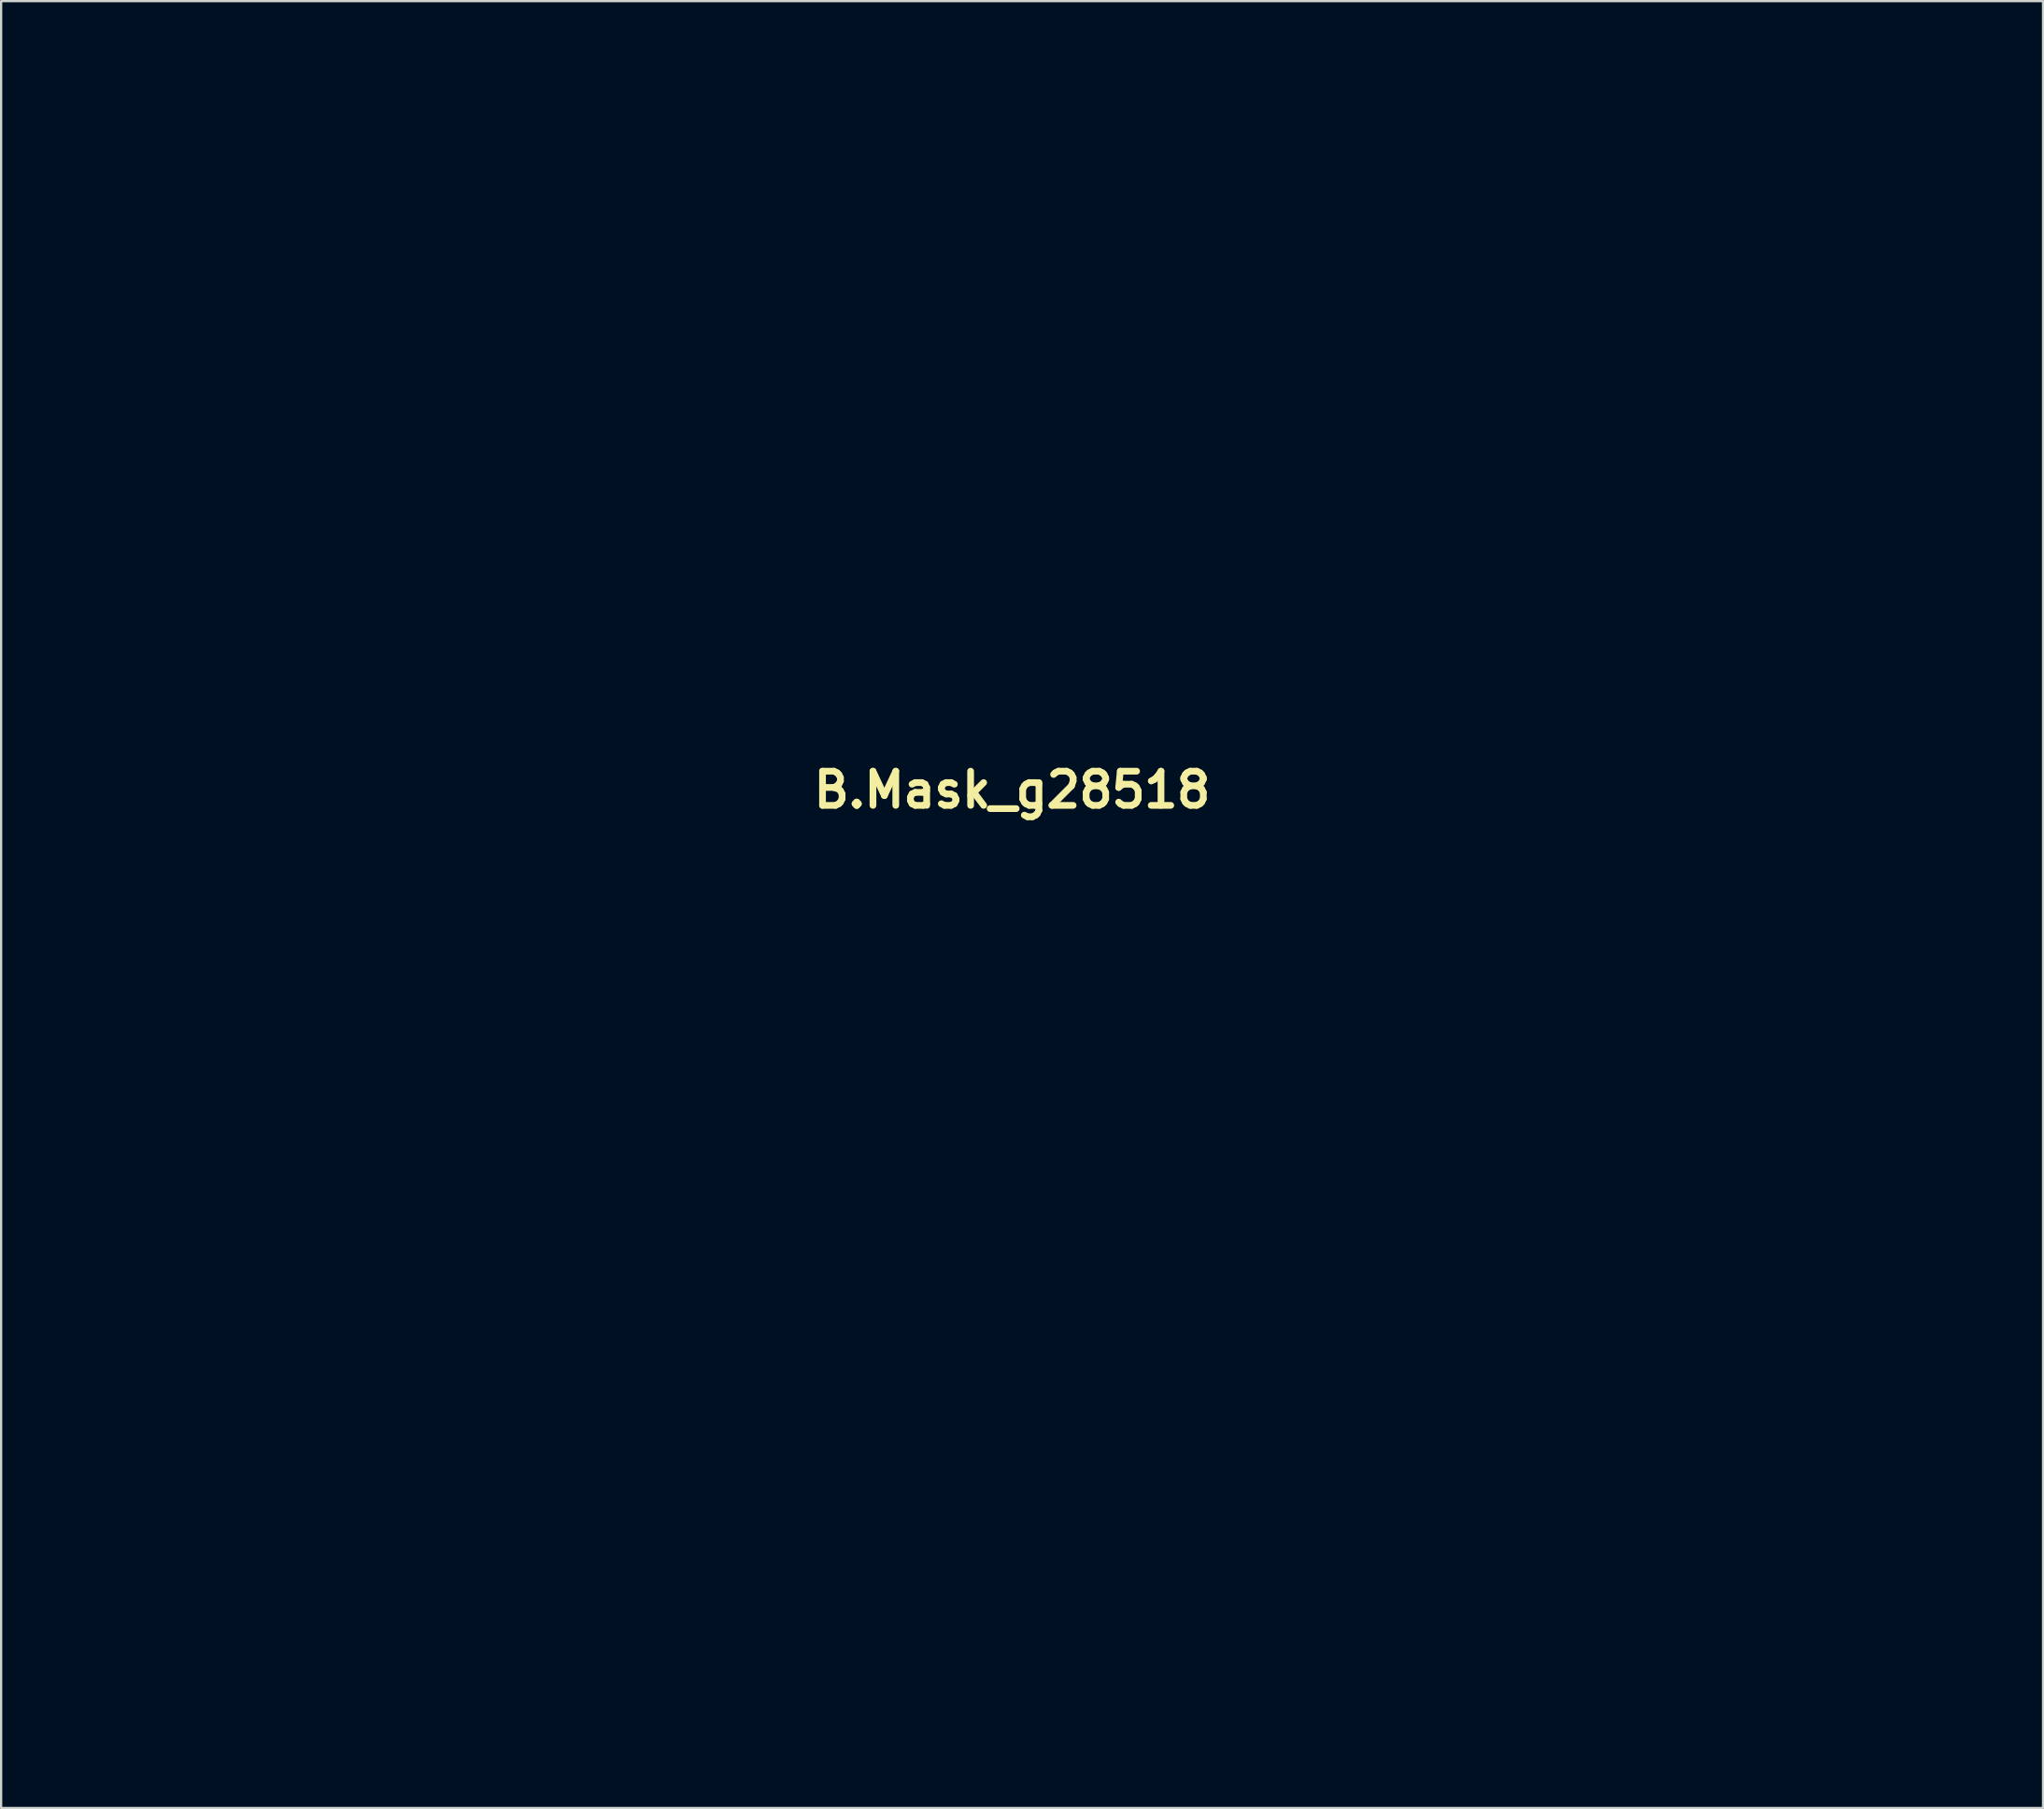
<source format=kicad_pcb>
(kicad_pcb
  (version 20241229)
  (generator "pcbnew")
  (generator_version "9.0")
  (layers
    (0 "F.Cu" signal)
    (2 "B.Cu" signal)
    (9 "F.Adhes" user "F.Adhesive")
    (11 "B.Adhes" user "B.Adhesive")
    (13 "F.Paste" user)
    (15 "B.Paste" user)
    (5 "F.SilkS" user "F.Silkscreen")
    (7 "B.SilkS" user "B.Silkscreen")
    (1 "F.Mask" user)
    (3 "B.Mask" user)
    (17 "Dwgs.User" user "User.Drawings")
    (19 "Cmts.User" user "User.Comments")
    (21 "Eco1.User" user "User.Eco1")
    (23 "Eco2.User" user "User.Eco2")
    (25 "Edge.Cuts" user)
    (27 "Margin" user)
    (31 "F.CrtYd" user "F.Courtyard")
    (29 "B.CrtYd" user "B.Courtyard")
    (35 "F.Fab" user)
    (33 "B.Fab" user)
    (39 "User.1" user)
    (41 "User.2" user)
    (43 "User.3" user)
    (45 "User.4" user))
  (footprint "B.Mask_g28518"
    (layer "F.Cu")
    (at 42.089 32.171)
    (property "Reference" "B.Mask_g28518" (at 0 0 0) (layer "F.SilkS") (effects (font (size 1.524 1.524) (thickness 0.3))))
    (attr through_hole)
    (fp_poly (pts (xy 39.532 12.992) (xy 39.834 13.061) (xy 40.126 13.168) (xy 40.411 13.311) (xy 40.619 13.443) (xy 40.893 13.651) (xy 41.135 13.878) (xy 41.347 14.126) (xy 41.529 14.398) (xy 41.683 14.696) (xy 41.81 15.022) (xy 41.912 15.377) (xy 41.989 15.766) (xy 42.02 15.981) (xy 42.03 16.091) (xy 42.038 16.235) (xy 42.043 16.405) (xy 42.046 16.591) (xy 42.046 16.785) (xy 42.044 16.979) (xy 42.04 17.165) (xy 42.033 17.333) (xy 42.024 17.476) (xy 42.02 17.526) (xy 41.945 18.126) (xy 41.839 18.753) (xy 41.703 19.405) (xy 41.538 20.082) (xy 41.392 20.613) (xy 41.265 21.023) (xy 41.121 21.425) (xy 40.958 21.825) (xy 40.775 22.227) (xy 40.568 22.636) (xy 40.335 23.056) (xy 40.075 23.492) (xy 39.785 23.947) (xy 39.671 24.119) (xy 39.519 24.345) (xy 39.373 24.558) (xy 39.231 24.759) (xy 39.088 24.955) (xy 38.944 25.147) (xy 38.794 25.34) (xy 38.635 25.538) (xy 38.465 25.743) (xy 38.281 25.96) (xy 38.08 26.193) (xy 37.859 26.444) (xy 37.615 26.717) (xy 37.345 27.016) (xy 37.285 27.083) (xy 37.031 27.362) (xy 36.775 27.642) (xy 36.517 27.922) (xy 36.259 28.201) (xy 36.005 28.475) (xy 35.754 28.743) (xy 35.509 29.004) (xy 35.272 29.255) (xy 35.044 29.494) (xy 34.828 29.72) (xy 34.625 29.931) (xy 34.436 30.124) (xy 34.265 30.299) (xy 34.112 30.453) (xy 33.979 30.584) (xy 33.868 30.69) (xy 33.781 30.77) (xy 33.72 30.822) (xy 33.697 30.838) (xy 33.634 30.87) (xy 33.581 30.878) (xy 33.514 30.865) (xy 33.51 30.864) (xy 33.475 30.849) (xy 33.435 30.819) (xy 33.385 30.771) (xy 33.323 30.703) (xy 33.246 30.611) (xy 33.152 30.493) (xy 33.039 30.345) (xy 32.957 30.237) (xy 32.689 29.875) (xy 32.433 29.52) (xy 32.191 29.174) (xy 31.964 28.84) (xy 31.755 28.522) (xy 31.565 28.223) (xy 31.397 27.945) (xy 31.253 27.692) (xy 31.134 27.467) (xy 31.107 27.411) (xy 31.005 27.188) (xy 30.918 26.968) (xy 30.843 26.746) (xy 30.78 26.518) (xy 30.729 26.279) (xy 30.69 26.026) (xy 30.661 25.754) (xy 30.642 25.459) (xy 30.633 25.137) (xy 30.632 24.784) (xy 30.64 24.396) (xy 30.647 24.172) (xy 30.661 23.815) (xy 30.677 23.496) (xy 30.694 23.21) (xy 30.713 22.954) (xy 30.736 22.723) (xy 30.762 22.513) (xy 30.791 22.32) (xy 30.825 22.139) (xy 30.863 21.966) (xy 30.907 21.797) (xy 30.926 21.728) (xy 31.143 21.039) (xy 31.391 20.361) (xy 31.668 19.698) (xy 31.973 19.052) (xy 32.305 18.424) (xy 32.662 17.817) (xy 33.042 17.234) (xy 33.444 16.677) (xy 33.867 16.147) (xy 34.308 15.648) (xy 34.766 15.182) (xy 35.241 14.75) (xy 35.729 14.356) (xy 35.941 14.2) (xy 36.234 13.999) (xy 36.525 13.819) (xy 36.829 13.648) (xy 37.042 13.539) (xy 37.447 13.35) (xy 37.834 13.197) (xy 38.204 13.082) (xy 38.557 13.004) (xy 38.895 12.963) (xy 39.22 12.959) (xy 39.532 12.992)) (stroke (width 0.01) (type solid)) (fill yes) (layer "B.Mask"))
    (fp_poly (pts (xy 39.254 -4.793) (xy 39.444 -4.79) (xy 39.603 -4.78) (xy 39.743 -4.762) (xy 39.874 -4.734) (xy 40.009 -4.693) (xy 40.158 -4.638) (xy 40.165 -4.635) (xy 40.442 -4.504) (xy 40.708 -4.334) (xy 40.958 -4.129) (xy 41.19 -3.891) (xy 41.399 -3.624) (xy 41.546 -3.397) (xy 41.641 -3.215) (xy 41.738 -2.994) (xy 41.835 -2.737) (xy 41.932 -2.446) (xy 42.028 -2.126) (xy 42.122 -1.777) (xy 42.215 -1.405) (xy 42.304 -1.011) (xy 42.391 -0.599) (xy 42.473 -0.172) (xy 42.55 0.267) (xy 42.622 0.716) (xy 42.689 1.17) (xy 42.748 1.628) (xy 42.801 2.087) (xy 42.846 2.542) (xy 42.882 2.991) (xy 42.883 3.006) (xy 42.893 3.144) (xy 42.902 3.303) (xy 42.912 3.476) (xy 42.922 3.66) (xy 42.932 3.848) (xy 42.941 4.037) (xy 42.95 4.222) (xy 42.957 4.398) (xy 42.964 4.561) (xy 42.969 4.704) (xy 42.973 4.825) (xy 42.975 4.917) (xy 42.975 4.976) (xy 42.973 4.997) (xy 42.95 5.016) (xy 42.896 5.059) (xy 42.815 5.123) (xy 42.708 5.207) (xy 42.579 5.309) (xy 42.43 5.426) (xy 42.265 5.556) (xy 42.085 5.698) (xy 41.894 5.848) (xy 41.694 6.005) (xy 41.488 6.167) (xy 41.279 6.331) (xy 41.07 6.495) (xy 40.862 6.658) (xy 40.66 6.817) (xy 40.465 6.969) (xy 40.281 7.114) (xy 40.11 7.247) (xy 39.955 7.369) (xy 39.818 7.476) (xy 39.703 7.565) (xy 39.612 7.636) (xy 39.603 7.644) (xy 39.12 8.017) (xy 38.669 8.364) (xy 38.248 8.685) (xy 37.856 8.98) (xy 37.492 9.251) (xy 37.155 9.498) (xy 36.843 9.723) (xy 36.557 9.925) (xy 36.294 10.105) (xy 36.054 10.265) (xy 35.835 10.405) (xy 35.638 10.526) (xy 35.459 10.628) (xy 35.299 10.712) (xy 35.215 10.753) (xy 35.081 10.809) (xy 34.914 10.867) (xy 34.725 10.925) (xy 34.522 10.98) (xy 34.316 11.029) (xy 34.117 11.071) (xy 33.933 11.103) (xy 33.867 11.112) (xy 33.744 11.122) (xy 33.597 11.129) (xy 33.436 11.131) (xy 33.273 11.129) (xy 33.121 11.122) (xy 32.99 11.112) (xy 32.914 11.102) (xy 32.596 11.03) (xy 32.303 10.925) (xy 32.03 10.785) (xy 31.773 10.607) (xy 31.551 10.415) (xy 31.302 10.146) (xy 31.081 9.846) (xy 30.89 9.516) (xy 30.727 9.156) (xy 30.594 8.767) (xy 30.49 8.348) (xy 30.424 7.959) (xy 30.399 7.704) (xy 30.388 7.413) (xy 30.39 7.092) (xy 30.406 6.745) (xy 30.435 6.377) (xy 30.476 5.992) (xy 30.528 5.594) (xy 30.592 5.189) (xy 30.667 4.781) (xy 30.752 4.374) (xy 30.82 4.085) (xy 31.003 3.399) (xy 31.21 2.746) (xy 31.444 2.122) (xy 31.705 1.526) (xy 31.994 0.954) (xy 32.314 0.404) (xy 32.666 -0.128) (xy 33.052 -0.643) (xy 33.473 -1.146) (xy 33.894 -1.602) (xy 34.284 -1.99) (xy 34.685 -2.362) (xy 35.093 -2.716) (xy 35.507 -3.05) (xy 35.923 -3.361) (xy 36.338 -3.649) (xy 36.749 -3.91) (xy 37.153 -4.142) (xy 37.547 -4.344) (xy 37.928 -4.514) (xy 38.294 -4.649) (xy 38.417 -4.688) (xy 38.555 -4.726) (xy 38.677 -4.755) (xy 38.797 -4.774) (xy 38.925 -4.786) (xy 39.072 -4.792) (xy 39.25 -4.793) (xy 39.254 -4.793)) (stroke (width 0.01) (type solid)) (fill yes) (layer "B.Mask"))
    (fp_poly (pts (xy -23.263 -32.139) (xy -23.25 -32.122) (xy -23.235 -32.092) (xy -23.226 -32.056) (xy -23.222 -32.003) (xy -23.223 -31.926) (xy -23.229 -31.818) (xy -23.243 -31.597) (xy -23.263 -31.339) (xy -23.288 -31.048) (xy -23.317 -30.73) (xy -23.35 -30.39) (xy -23.386 -30.032) (xy -23.424 -29.662) (xy -23.465 -29.283) (xy -23.507 -28.902) (xy -23.55 -28.522) (xy -23.594 -28.149) (xy -23.638 -27.788) (xy -23.681 -27.443) (xy -23.724 -27.119) (xy -23.764 -26.822) (xy -23.783 -26.691) (xy -23.876 -26.115) (xy -23.987 -25.56) (xy -24.116 -25.021) (xy -24.266 -24.494) (xy -24.438 -23.976) (xy -24.633 -23.462) (xy -24.854 -22.948) (xy -25.102 -22.43) (xy -25.379 -21.904) (xy -25.686 -21.366) (xy -26.025 -20.812) (xy -26.345 -20.317) (xy -26.562 -19.996) (xy -26.78 -19.691) (xy -26.996 -19.404) (xy -27.209 -19.136) (xy -27.415 -18.891) (xy -27.614 -18.671) (xy -27.804 -18.477) (xy -27.982 -18.312) (xy -28.146 -18.178) (xy -28.295 -18.077) (xy -28.427 -18.011) (xy -28.43 -18.01) (xy -28.506 -17.986) (xy -28.578 -17.977) (xy -28.669 -17.981) (xy -28.683 -17.983) (xy -28.764 -17.989) (xy -28.82 -17.986) (xy -28.867 -17.971) (xy -28.921 -17.942) (xy -28.981 -17.9) (xy -29.05 -17.836) (xy -29.133 -17.748) (xy -29.233 -17.631) (xy -29.351 -17.483) (xy -29.368 -17.462) (xy -29.423 -17.392) (xy -29.469 -17.333) (xy -29.499 -17.296) (xy -29.507 -17.287) (xy -29.529 -17.29) (xy -29.584 -17.309) (xy -29.665 -17.343) (xy -29.766 -17.387) (xy -29.881 -17.44) (xy -29.904 -17.45) (xy -30.027 -17.508) (xy -30.145 -17.561) (xy -30.247 -17.605) (xy -30.327 -17.638) (xy -30.378 -17.656) (xy -30.38 -17.656) (xy -30.443 -17.67) (xy -30.488 -17.666) (xy -30.536 -17.643) (xy -30.551 -17.634) (xy -30.645 -17.561) (xy -30.751 -17.45) (xy -30.868 -17.305) (xy -30.993 -17.128) (xy -31.125 -16.921) (xy -31.261 -16.688) (xy -31.295 -16.626) (xy -31.411 -16.421) (xy -31.514 -16.252) (xy -31.609 -16.114) (xy -31.699 -16.004) (xy -31.789 -15.919) (xy -31.883 -15.856) (xy -31.984 -15.809) (xy -32.098 -15.777) (xy -32.227 -15.755) (xy -32.286 -15.748) (xy -32.434 -15.737) (xy -32.609 -15.732) (xy -32.797 -15.731) (xy -32.982 -15.736) (xy -33.15 -15.747) (xy -33.189 -15.75) (xy -33.385 -15.781) (xy -33.552 -15.834) (xy -33.697 -15.915) (xy -33.831 -16.028) (xy -33.936 -16.145) (xy -34.14 -16.426) (xy -34.316 -16.738) (xy -34.467 -17.081) (xy -34.591 -17.455) (xy -34.689 -17.861) (xy -34.761 -18.3) (xy -34.796 -18.627) (xy -34.803 -18.715) (xy -34.81 -18.838) (xy -34.819 -18.984) (xy -34.828 -19.147) (xy -34.836 -19.317) (xy -34.843 -19.454) (xy -34.869 -20.039) (xy -34.502 -20.597) (xy -34.31 -20.889) (xy -34.135 -21.151) (xy -33.973 -21.391) (xy -33.818 -21.616) (xy -33.665 -21.833) (xy -33.511 -22.049) (xy -33.349 -22.27) (xy -33.176 -22.504) (xy -33.076 -22.638) (xy -32.645 -23.202) (xy -32.193 -23.774) (xy -31.725 -24.35) (xy -31.244 -24.925) (xy -30.752 -25.497) (xy -30.255 -26.061) (xy -29.754 -26.613) (xy -29.253 -27.149) (xy -28.757 -27.666) (xy -28.268 -28.16) (xy -27.79 -28.627) (xy -27.327 -29.063) (xy -27.03 -29.333) (xy -26.796 -29.54) (xy -26.551 -29.751) (xy -26.3 -29.965) (xy -26.043 -30.179) (xy -25.784 -30.392) (xy -25.525 -30.602) (xy -25.269 -30.807) (xy -25.018 -31.004) (xy -24.774 -31.192) (xy -24.54 -31.37) (xy -24.319 -31.534) (xy -24.113 -31.684) (xy -23.925 -31.817) (xy -23.756 -31.932) (xy -23.61 -32.026) (xy -23.489 -32.097) (xy -23.396 -32.145) (xy -23.343 -32.163) (xy -23.297 -32.166) (xy -23.263 -32.139)) (stroke (width 0.01) (type solid)) (fill yes) (layer "B.Mask"))
    (fp_poly (pts (xy 25.35 26.194) (xy 25.568 26.195) (xy 25.752 26.198) (xy 25.907 26.202) (xy 26.036 26.208) (xy 26.144 26.217) (xy 26.235 26.228) (xy 26.313 26.243) (xy 26.382 26.262) (xy 26.447 26.285) (xy 26.512 26.312) (xy 26.559 26.334) (xy 26.769 26.456) (xy 26.972 26.618) (xy 27.166 26.816) (xy 27.349 27.048) (xy 27.52 27.311) (xy 27.677 27.603) (xy 27.818 27.921) (xy 27.943 28.263) (xy 28.05 28.625) (xy 28.13 28.976) (xy 28.195 29.387) (xy 28.23 29.816) (xy 28.233 30.266) (xy 28.206 30.74) (xy 28.148 31.24) (xy 28.108 31.494) (xy 27.995 32.073) (xy 27.848 32.668) (xy 27.67 33.275) (xy 27.462 33.888) (xy 27.227 34.503) (xy 26.967 35.115) (xy 26.685 35.717) (xy 26.383 36.305) (xy 26.062 36.873) (xy 25.726 37.417) (xy 25.377 37.931) (xy 25.238 38.121) (xy 25.014 38.412) (xy 24.763 38.72) (xy 24.493 39.035) (xy 24.211 39.351) (xy 23.924 39.659) (xy 23.64 39.952) (xy 23.366 40.22) (xy 23.207 40.369) (xy 22.799 40.728) (xy 22.403 41.049) (xy 22.017 41.334) (xy 21.64 41.582) (xy 21.268 41.796) (xy 20.899 41.976) (xy 20.532 42.125) (xy 20.163 42.242) (xy 19.791 42.331) (xy 19.717 42.345) (xy 19.644 42.355) (xy 19.539 42.364) (xy 19.409 42.372) (xy 19.262 42.379) (xy 19.107 42.385) (xy 18.951 42.389) (xy 18.803 42.392) (xy 18.67 42.392) (xy 18.561 42.39) (xy 18.484 42.386) (xy 18.468 42.384) (xy 18.367 42.367) (xy 18.265 42.344) (xy 18.159 42.314) (xy 18.048 42.276) (xy 17.928 42.228) (xy 17.798 42.17) (xy 17.654 42.099) (xy 17.495 42.015) (xy 17.318 41.917) (xy 17.12 41.802) (xy 16.9 41.67) (xy 16.654 41.52) (xy 16.381 41.35) (xy 16.078 41.159) (xy 15.742 40.945) (xy 15.716 40.928) (xy 15.516 40.801) (xy 15.309 40.669) (xy 15.1 40.537) (xy 14.893 40.405) (xy 14.69 40.278) (xy 14.498 40.156) (xy 14.318 40.044) (xy 14.156 39.942) (xy 14.015 39.854) (xy 13.899 39.782) (xy 13.812 39.729) (xy 13.77 39.703) (xy 13.713 39.666) (xy 13.688 39.639) (xy 13.689 39.614) (xy 13.691 39.608) (xy 13.711 39.57) (xy 13.75 39.498) (xy 13.805 39.395) (xy 13.875 39.264) (xy 13.958 39.108) (xy 14.053 38.93) (xy 14.158 38.734) (xy 14.271 38.521) (xy 14.391 38.297) (xy 14.516 38.063) (xy 14.644 37.823) (xy 14.775 37.579) (xy 14.905 37.336) (xy 15.033 37.095) (xy 15.159 36.861) (xy 15.279 36.636) (xy 15.393 36.423) (xy 15.498 36.226) (xy 15.594 36.048) (xy 15.678 35.891) (xy 15.679 35.888) (xy 15.988 35.313) (xy 16.279 34.774) (xy 16.552 34.269) (xy 16.81 33.797) (xy 17.052 33.356) (xy 17.28 32.944) (xy 17.495 32.56) (xy 17.699 32.202) (xy 17.891 31.869) (xy 18.074 31.558) (xy 18.248 31.268) (xy 18.415 30.998) (xy 18.575 30.746) (xy 18.729 30.51) (xy 18.879 30.288) (xy 19.026 30.079) (xy 19.17 29.881) (xy 19.314 29.693) (xy 19.456 29.513) (xy 19.6 29.339) (xy 19.746 29.169) (xy 19.895 29.002) (xy 20.048 28.837) (xy 20.206 28.671) (xy 20.37 28.503) (xy 20.509 28.363) (xy 20.844 28.04) (xy 21.166 27.751) (xy 21.481 27.491) (xy 21.796 27.256) (xy 22.117 27.042) (xy 22.449 26.844) (xy 22.799 26.659) (xy 23.126 26.502) (xy 23.268 26.438) (xy 23.394 26.384) (xy 23.509 26.338) (xy 23.619 26.3) (xy 23.728 26.27) (xy 23.841 26.246) (xy 23.962 26.227) (xy 24.098 26.214) (xy 24.252 26.205) (xy 24.43 26.199) (xy 24.637 26.196) (xy 24.877 26.194) (xy 25.093 26.194) (xy 25.35 26.194)) (stroke (width 0.01) (type solid)) (fill yes) (layer "B.Mask"))
    (fp_poly (pts (xy -34.153 -12.102) (xy -34.071 -12.101) (xy -34.024 -12.098) (xy -34.015 -12.096) (xy -34.025 -12.068) (xy -34.054 -12.006) (xy -34.1 -11.913) (xy -34.161 -11.794) (xy -34.236 -11.65) (xy -34.322 -11.486) (xy -34.419 -11.304) (xy -34.524 -11.109) (xy -34.636 -10.902) (xy -34.753 -10.688) (xy -34.873 -10.47) (xy -34.994 -10.251) (xy -35.057 -10.139) (xy -35.178 -9.922) (xy -35.305 -9.694) (xy -35.434 -9.461) (xy -35.562 -9.232) (xy -35.685 -9.012) (xy -35.798 -8.808) (xy -35.899 -8.628) (xy -35.977 -8.488) (xy -36.189 -8.107) (xy -36.38 -7.758) (xy -36.555 -7.436) (xy -36.714 -7.138) (xy -36.861 -6.86) (xy -36.996 -6.596) (xy -37.033 -6.525) (xy -37.14 -6.307) (xy -37.226 -6.121) (xy -37.29 -5.965) (xy -37.333 -5.835) (xy -37.357 -5.729) (xy -37.362 -5.643) (xy -37.349 -5.575) (xy -37.33 -5.537) (xy -37.304 -5.506) (xy -37.251 -5.453) (xy -37.179 -5.383) (xy -37.093 -5.304) (xy -37.028 -5.246) (xy -36.888 -5.117) (xy -36.782 -5.009) (xy -36.707 -4.918) (xy -36.66 -4.842) (xy -36.641 -4.778) (xy -36.639 -4.76) (xy -36.654 -4.706) (xy -36.695 -4.635) (xy -36.722 -4.599) (xy -36.795 -4.5) (xy -36.841 -4.418) (xy -36.865 -4.342) (xy -36.872 -4.262) (xy -36.872 -4.26) (xy -36.859 -4.156) (xy -36.817 -4.05) (xy -36.746 -3.941) (xy -36.642 -3.827) (xy -36.504 -3.704) (xy -36.33 -3.571) (xy -36.145 -3.442) (xy -36.006 -3.347) (xy -35.876 -3.251) (xy -35.759 -3.158) (xy -35.661 -3.073) (xy -35.587 -3.001) (xy -35.54 -2.944) (xy -35.528 -2.921) (xy -35.527 -2.894) (xy -35.537 -2.851) (xy -35.558 -2.791) (xy -35.592 -2.71) (xy -35.639 -2.608) (xy -35.699 -2.482) (xy -35.775 -2.332) (xy -35.867 -2.155) (xy -35.975 -1.949) (xy -36.101 -1.713) (xy -36.245 -1.446) (xy -36.409 -1.145) (xy -36.569 -0.851) (xy -36.662 -0.682) (xy -36.748 -0.523) (xy -36.827 -0.378) (xy -36.894 -0.252) (xy -36.95 -0.148) (xy -36.991 -0.071) (xy -37.014 -0.025) (xy -37.019 -0.014) (xy -37.034 0.017) (xy -37.066 0.081) (xy -37.112 0.169) (xy -37.169 0.278) (xy -37.234 0.4) (xy -37.275 0.477) (xy -37.385 0.684) (xy -37.496 0.899) (xy -37.606 1.114) (xy -37.708 1.32) (xy -37.8 1.508) (xy -37.876 1.67) (xy -37.892 1.705) (xy -37.972 1.84) (xy -38.089 1.98) (xy -38.24 2.124) (xy -38.422 2.27) (xy -38.631 2.416) (xy -38.863 2.559) (xy -39.114 2.698) (xy -39.38 2.83) (xy -39.659 2.954) (xy -39.946 3.067) (xy -40.237 3.168) (xy -40.529 3.254) (xy -40.818 3.323) (xy -40.82 3.324) (xy -41.006 3.359) (xy -41.19 3.388) (xy -41.365 3.408) (xy -41.522 3.421) (xy -41.656 3.424) (xy -41.758 3.417) (xy -41.777 3.414) (xy -41.851 3.382) (xy -41.914 3.315) (xy -41.966 3.211) (xy -42.007 3.07) (xy -42.038 2.9) (xy -42.05 2.788) (xy -42.06 2.64) (xy -42.068 2.46) (xy -42.075 2.252) (xy -42.08 2.024) (xy -42.083 1.779) (xy -42.084 1.522) (xy -42.083 1.26) (xy -42.08 0.997) (xy -42.075 0.738) (xy -42.069 0.488) (xy -42.061 0.254) (xy -42.05 0.039) (xy -42.039 -0.148) (xy -42.03 -0.27) (xy -42.019 -0.421) (xy -42.006 -0.588) (xy -41.994 -0.756) (xy -41.984 -0.9) (xy -41.959 -1.205) (xy -41.93 -1.499) (xy -41.896 -1.791) (xy -41.855 -2.088) (xy -41.807 -2.397) (xy -41.75 -2.728) (xy -41.683 -3.087) (xy -41.643 -3.291) (xy -41.518 -3.898) (xy -41.377 -4.534) (xy -41.222 -5.191) (xy -41.056 -5.861) (xy -40.881 -6.534) (xy -40.698 -7.201) (xy -40.511 -7.855) (xy -40.322 -8.487) (xy -40.132 -9.087) (xy -40.117 -9.133) (xy -40.087 -9.224) (xy -40.048 -9.342) (xy -40 -9.485) (xy -39.944 -9.648) (xy -39.883 -9.828) (xy -39.817 -10.02) (xy -39.749 -10.221) (xy -39.678 -10.427) (xy -39.607 -10.634) (xy -39.537 -10.838) (xy -39.469 -11.034) (xy -39.405 -11.22) (xy -39.346 -11.391) (xy -39.293 -11.544) (xy -39.247 -11.673) (xy -39.211 -11.777) (xy -39.185 -11.849) (xy -39.171 -11.888) (xy -39.168 -11.893) (xy -39.143 -11.899) (xy -39.08 -11.906) (xy -38.982 -11.915) (xy -38.854 -11.926) (xy -38.7 -11.937) (xy -38.524 -11.95) (xy -38.33 -11.963) (xy -38.122 -11.976) (xy -37.904 -11.989) (xy -37.68 -12.002) (xy -37.455 -12.015) (xy -37.231 -12.027) (xy -37.014 -12.038) (xy -36.807 -12.048) (xy -36.614 -12.056) (xy -36.44 -12.063) (xy -36.428 -12.064) (xy -36.237 -12.07) (xy -36.033 -12.075) (xy -35.819 -12.081) (xy -35.601 -12.086) (xy -35.381 -12.09) (xy -35.164 -12.094) (xy -34.954 -12.097) (xy -34.756 -12.1) (xy -34.572 -12.102) (xy -34.408 -12.103) (xy -34.267 -12.103) (xy -34.153 -12.102)) (stroke (width 0.01) (type solid)) (fill yes) (layer "B.Mask")))
  (gr_rect
    (start -3 -3)
    (end 88.068 77.568)
    (stroke (width 0.1) (type default))
    (fill no)
    (layer "Edge.Cuts")))
</source>
